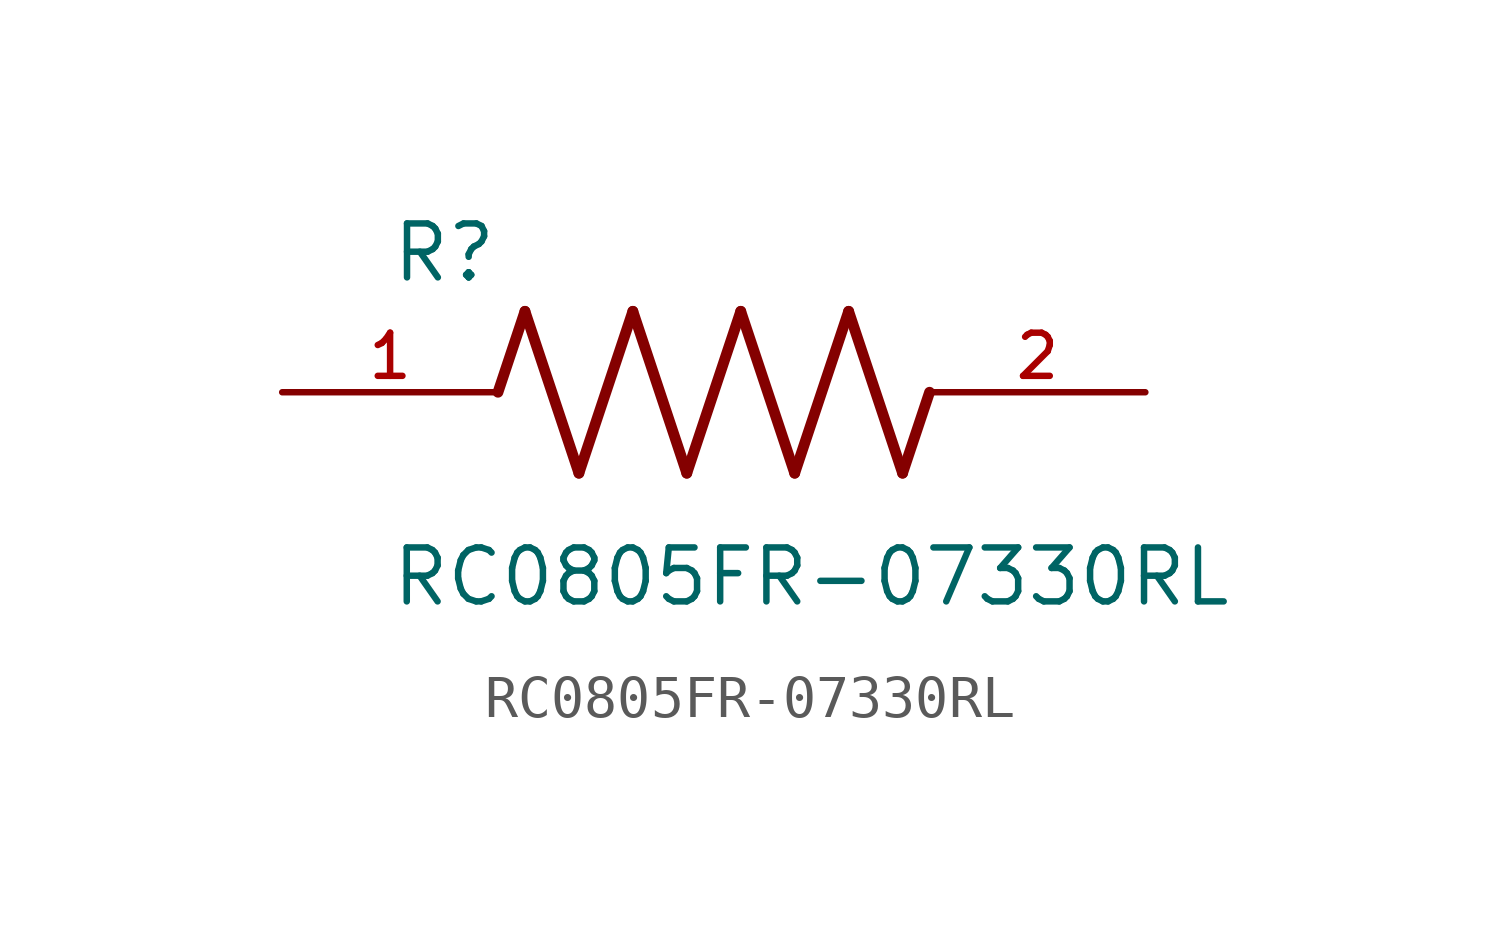
<source format=kicad_sym>
(kicad_symbol_lib
  (version 20211014)
  (generator kicad_symbol_editor)
  (symbol "RC0805FR-07330RL"
    (pin_names
      (offset 1.016))
    (property "Reference" "R"
      (at -7.624 2.541 0)
      (effects (font (size 1.27 1.27)) (justify bottom left)))
    (property "Value" "RC0805FR-07330RL"
      (at -7.63 -5.087 0)
      (effects (font (size 1.27 1.27)) (justify bottom left)))
    (symbol "RC0805FR-07330RL_0_0"
      (polyline (pts (xy -5.08 0.0) (xy -4.445 1.905)) (stroke (width 0.254)))
      (polyline (pts (xy -4.445 1.905) (xy -3.175 -1.905)) (stroke (width 0.254)))
      (polyline (pts (xy -3.175 -1.905) (xy -1.905 1.905)) (stroke (width 0.254)))
      (polyline (pts (xy -1.905 1.905) (xy -0.635 -1.905)) (stroke (width 0.254)))
      (polyline (pts (xy -0.635 -1.905) (xy 0.635 1.905)) (stroke (width 0.254)))
      (polyline (pts (xy 0.635 1.905) (xy 1.905 -1.905)) (stroke (width 0.254)))
      (polyline (pts (xy 1.905 -1.905) (xy 3.175 1.905)) (stroke (width 0.254)))
      (polyline (pts (xy 3.175 1.905) (xy 4.445 -1.905)) (stroke (width 0.254)))
      (polyline (pts (xy 4.445 -1.905) (xy 5.08 0.0)) (stroke (width 0.254)))
      (pin passive line (at -10.16 0.0 0) (length 5.08) (name "~" (effects (font (size 1.016 1.016)))) (number "1" (effects (font (size 1.016 1.016)))))
      (pin passive line (at 10.16 0.0 180.0) (length 5.08) (name "~" (effects (font (size 1.016 1.016)))) (number "2" (effects (font (size 1.016 1.016))))))))
</source>
